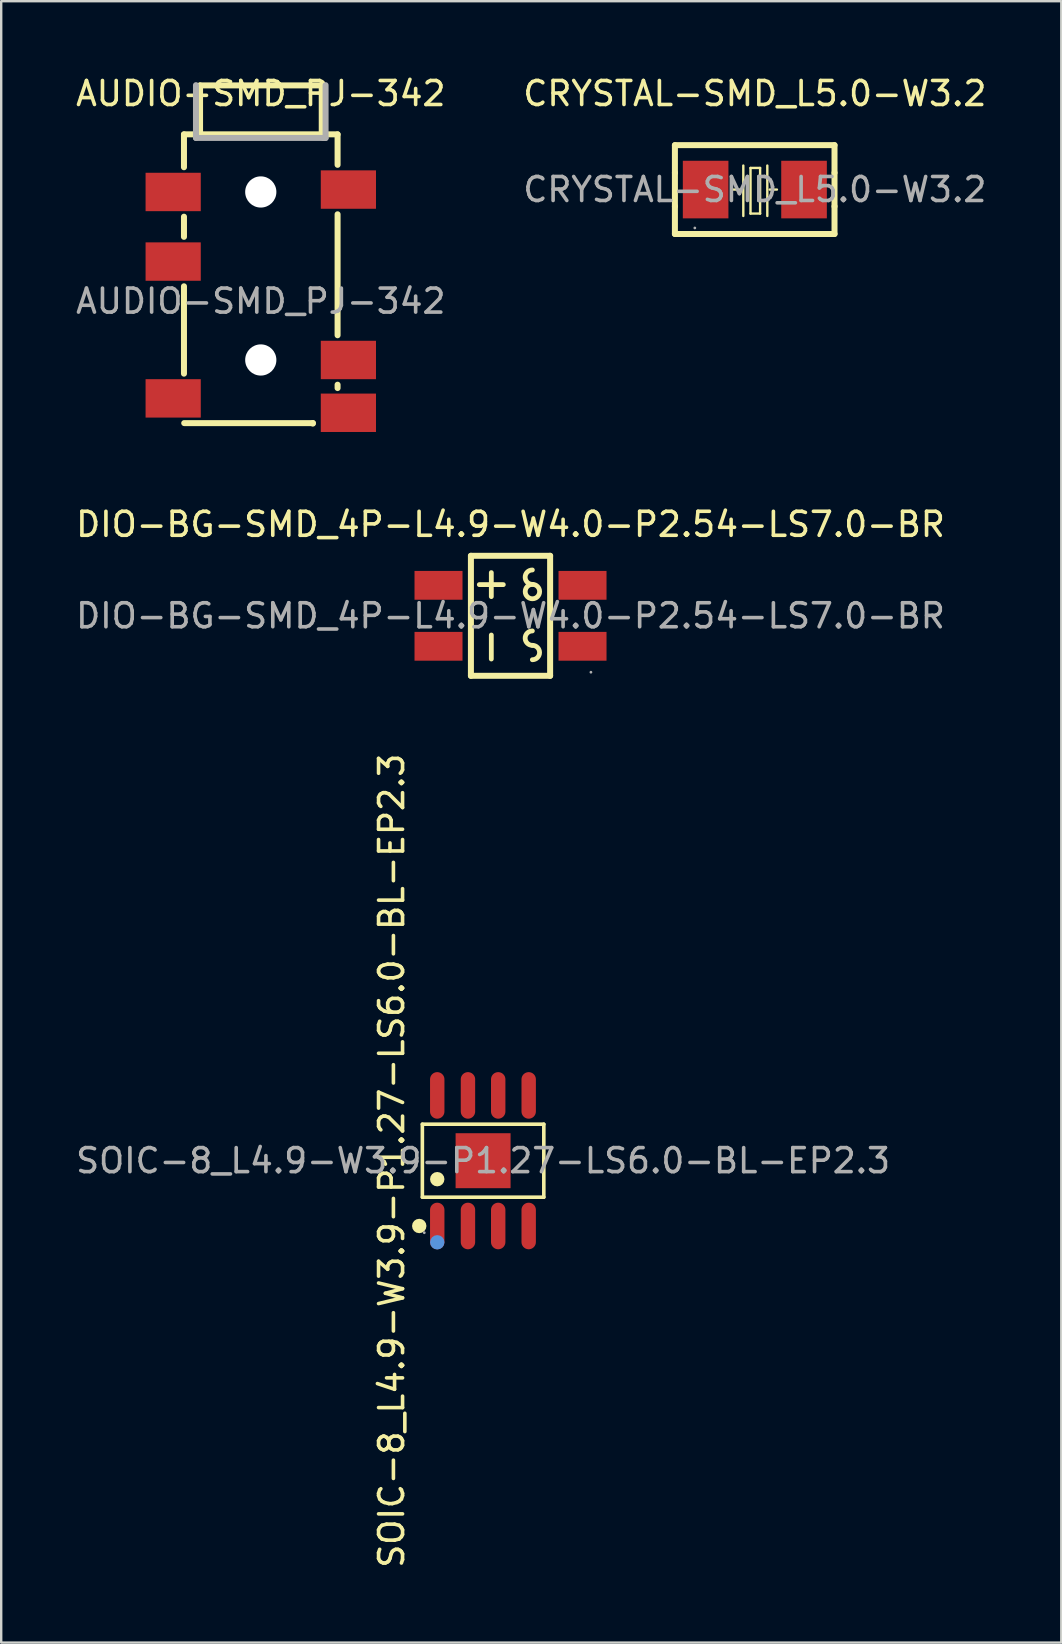
<source format=kicad_pcb>
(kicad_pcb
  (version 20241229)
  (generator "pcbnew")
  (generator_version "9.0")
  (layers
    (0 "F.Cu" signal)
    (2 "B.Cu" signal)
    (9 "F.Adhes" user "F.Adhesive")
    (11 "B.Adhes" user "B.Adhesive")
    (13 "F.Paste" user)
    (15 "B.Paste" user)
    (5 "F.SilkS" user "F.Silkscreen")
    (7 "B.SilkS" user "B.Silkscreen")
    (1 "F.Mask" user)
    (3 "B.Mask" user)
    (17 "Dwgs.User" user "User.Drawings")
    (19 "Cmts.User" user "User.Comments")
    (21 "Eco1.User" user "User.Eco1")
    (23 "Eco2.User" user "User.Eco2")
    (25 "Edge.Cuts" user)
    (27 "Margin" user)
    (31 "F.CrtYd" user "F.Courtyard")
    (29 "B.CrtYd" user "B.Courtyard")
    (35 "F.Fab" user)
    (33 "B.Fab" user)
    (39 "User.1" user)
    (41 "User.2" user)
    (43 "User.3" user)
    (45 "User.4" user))
  (footprint "SOIC-8_L4.9-W3.9-P1.27-LS6.0-BL-EP2.3"
    (layer "F.Cu")
    (at 17.077 45.309)
    (property "Reference" "SOIC-8_L4.9-W3.9-P1.27-LS6.0-BL-EP2.3" (at -3.81 0 90) (layer "F.SilkS") (effects (font (size 1 1) (thickness 0.15))))
    (attr smd)
    (fp_line (start -2.53 -1.52) (end 2.53 -1.52) (stroke (width 0.15) (type solid)) (layer "F.SilkS"))
    (fp_line (start -2.53 1.52) (end -2.53 -1.52) (stroke (width 0.15) (type solid)) (layer "F.SilkS"))
    (fp_line (start 2.53 -1.52) (end 2.53 1.52) (stroke (width 0.15) (type solid)) (layer "F.SilkS"))
    (fp_line (start 2.53 1.52) (end -2.53 1.52) (stroke (width 0.15) (type solid)) (layer "F.SilkS"))
    (fp_circle (center -2.66 2.72) (end -2.51 2.72) (stroke (width 0.3) (type solid)) (fill no) (layer "F.SilkS"))
    (fp_circle (center -1.91 0.77) (end -1.76 0.77) (stroke (width 0.3) (type solid)) (fill no) (layer "F.SilkS"))
    (fp_circle (center -1.91 3.4) (end -1.76 3.4) (stroke (width 0.3) (type solid)) (fill no) (layer "Cmts.User"))
    (fp_circle (center -2.45 3) (end -2.42 3) (stroke (width 0.06) (type solid)) (fill no) (layer "F.Fab"))
    (fp_text user "${REFERENCE}" (at 0 0 0) (layer "F.Fab") (effects (font (size 1 1) (thickness 0.15))))
    (pad "1" smd oval (at -1.91 2.72) (size 0.6 1.94) (layers "F.Cu" "F.Mask" "F.Paste"))
    (pad "2" smd oval (at -0.63 2.72) (size 0.6 1.94) (layers "F.Cu" "F.Mask" "F.Paste"))
    (pad "3" smd oval (at 0.63 2.72) (size 0.6 1.94) (layers "F.Cu" "F.Mask" "F.Paste"))
    (pad "4" smd oval (at 1.9 2.72) (size 0.6 1.94) (layers "F.Cu" "F.Mask" "F.Paste"))
    (pad "5" smd oval (at 1.9 -2.72) (size 0.6 1.94) (layers "F.Cu" "F.Mask" "F.Paste"))
    (pad "6" smd oval (at 0.63 -2.72) (size 0.6 1.94) (layers "F.Cu" "F.Mask" "F.Paste"))
    (pad "7" smd oval (at -0.63 -2.72) (size 0.6 1.94) (layers "F.Cu" "F.Mask" "F.Paste"))
    (pad "8" smd oval (at -1.91 -2.72) (size 0.6 1.94) (layers "F.Cu" "F.Mask" "F.Paste"))
    (pad "9" smd rect (at 0 0) (size 2.29 2.29) (layers "F.Cu" "F.Mask" "F.Paste")))
  (footprint "CRYSTAL-SMD_L5.0-W3.2"
    (layer "F.Cu")
    (at 28.399 4.848)
    (property "Reference" "CRYSTAL-SMD_L5.0-W3.2" (at 0 -4 0) (layer "F.SilkS") (effects (font (size 1 1) (thickness 0.15))))
    (attr smd)
    (fp_line (start -3.33 -1.85) (end 3.32 -1.85) (stroke (width 0.25) (type solid)) (layer "F.SilkS"))
    (fp_line (start -3.33 -0.7) (end -3.33 -1.85) (stroke (width 0.25) (type solid)) (layer "F.SilkS"))
    (fp_line (start -3.33 0.7) (end -3.33 -0.7) (stroke (width 0.25) (type solid)) (layer "F.SilkS"))
    (fp_line (start -3.33 1.85) (end -3.33 0.7) (stroke (width 0.25) (type solid)) (layer "F.SilkS"))
    (fp_line (start -0.94 0) (end -0.58 0) (stroke (width 0.1) (type solid)) (layer "F.SilkS"))
    (fp_line (start -0.48 -1) (end -0.48 1.1) (stroke (width 0.1) (type solid)) (layer "F.SilkS"))
    (fp_line (start -0.18 -0.9) (end -0.18 1) (stroke (width 0.1) (type solid)) (layer "F.SilkS"))
    (fp_line (start -0.18 1) (end 0.22 1) (stroke (width 0.1) (type solid)) (layer "F.SilkS"))
    (fp_line (start 0.22 -0.9) (end -0.18 -0.9) (stroke (width 0.1) (type solid)) (layer "F.SilkS"))
    (fp_line (start 0.22 1) (end 0.22 -0.9) (stroke (width 0.1) (type solid)) (layer "F.SilkS"))
    (fp_line (start 0.52 -1) (end 0.52 1.1) (stroke (width 0.1) (type solid)) (layer "F.SilkS"))
    (fp_line (start 0.62 0) (end 0.92 0) (stroke (width 0.1) (type solid)) (layer "F.SilkS"))
    (fp_line (start 3.32 -1.85) (end 3.32 -0.7) (stroke (width 0.25) (type solid)) (layer "F.SilkS"))
    (fp_line (start 3.32 -0.7) (end 3.32 0.7) (stroke (width 0.25) (type solid)) (layer "F.SilkS"))
    (fp_line (start 3.32 0.7) (end 3.32 1.85) (stroke (width 0.25) (type solid)) (layer "F.SilkS"))
    (fp_line (start 3.32 1.85) (end -3.33 1.85) (stroke (width 0.25) (type solid)) (layer "F.SilkS"))
    (fp_circle (center -2.5 1.6) (end -2.47 1.6) (stroke (width 0.06) (type solid)) (fill no) (layer "F.Fab"))
    (fp_text user "${REFERENCE}" (at 0 0 0) (layer "F.Fab") (effects (font (size 1 1) (thickness 0.15))))
    (pad "1" smd rect (at -2.05 0) (size 1.9 2.4) (layers "F.Cu" "F.Mask" "F.Paste"))
    (pad "2" smd rect (at 2.05 0) (size 1.9 2.4) (layers "F.Cu" "F.Mask" "F.Paste")))
  (footprint "AUDIO-SMD_PJ-342"
    (layer "F.Cu")
    (at 7.815 9.498)
    (property "Reference" "AUDIO-SMD_PJ-342" (at 0 -8.65 0) (layer "F.SilkS") (effects (font (size 1 1) (thickness 0.15))))
    (attr smd)
    (fp_line (start -3.2 -6.95) (end -3.2 -5.58) (stroke (width 0.25) (type solid)) (layer "F.SilkS"))
    (fp_line (start -3.2 -6.95) (end 3.2 -6.95) (stroke (width 0.25) (type solid)) (layer "F.SilkS"))
    (fp_line (start -3.2 -3.52) (end -3.2 -2.68) (stroke (width 0.25) (type solid)) (layer "F.SilkS"))
    (fp_line (start -3.2 -0.62) (end -3.2 3.02) (stroke (width 0.25) (type solid)) (layer "F.SilkS"))
    (fp_line (start -3.19 5.08) (end 2.17 5.08) (stroke (width 0.25) (type solid)) (layer "F.SilkS"))
    (fp_line (start -2.53 -8.99) (end -2.53 -7.05) (stroke (width 0.25) (type solid)) (layer "F.SilkS"))
    (fp_line (start -2.53 -7.05) (end -2.54 -6.97) (stroke (width 0.25) (type solid)) (layer "F.SilkS"))
    (fp_line (start 2.17 5.08) (end 2.17 5.1) (stroke (width 0.25) (type solid)) (layer "F.SilkS"))
    (fp_line (start 2.54 -8.99) (end -2.53 -8.99) (stroke (width 0.25) (type solid)) (layer "F.SilkS"))
    (fp_line (start 2.54 -6.95) (end 2.54 -8.99) (stroke (width 0.25) (type solid)) (layer "F.SilkS"))
    (fp_line (start 3.2 -6.95) (end 3.2 -5.68) (stroke (width 0.25) (type solid)) (layer "F.SilkS"))
    (fp_line (start 3.2 -3.62) (end 3.2 1.42) (stroke (width 0.25) (type solid)) (layer "F.SilkS"))
    (fp_line (start 3.2 3.48) (end 3.2 3.62) (stroke (width 0.25) (type solid)) (layer "F.SilkS"))
    (fp_circle (center 0 -4.55) (end 0.28 -4.55) (stroke (width 0.55) (type solid)) (fill no) (layer "Cmts.User"))
    (fp_circle (center 0 2.45) (end 0.28 2.45) (stroke (width 0.55) (type solid)) (fill no) (layer "Cmts.User"))
    (fp_line (start -2.7 -9) (end -2.7 -6.9) (stroke (width 0.25) (type solid)) (layer "F.Fab"))
    (fp_line (start -2.7 -6.9) (end -2.7 -6.8) (stroke (width 0.25) (type solid)) (layer "F.Fab"))
    (fp_line (start -2.7 -6.8) (end 2.6 -6.8) (stroke (width 0.25) (type solid)) (layer "F.Fab"))
    (fp_line (start 2.6 -6.8) (end 2.7 -6.8) (stroke (width 0.25) (type solid)) (layer "F.Fab"))
    (fp_line (start 2.7 -6.8) (end 2.7 -9) (stroke (width 0.25) (type solid)) (layer "F.Fab"))
    (fp_text user "${REFERENCE}" (at 0 0 0) (layer "F.Fab") (effects (font (size 1 1) (thickness 0.15))))
    (pad "" np_thru_hole circle (at 0 -4.55) (size 1.3 1.3) (drill 1.3) (layers "*.Cu" "*.Mask"))
    (pad "" np_thru_hole circle (at 0 2.45) (size 1.3 1.3) (drill 1.3) (layers "*.Cu" "*.Mask"))
    (pad "R1" smd rect (at -3.65 -1.65) (size 2.3 1.6) (layers "F.Cu" "F.Mask" "F.Paste"))
    (pad "R1N" smd rect (at -3.65 4.05 180) (size 2.3 1.6) (layers "F.Cu" "F.Mask" "F.Paste"))
    (pad "R2" smd rect (at 3.65 -4.65) (size 2.3 1.6) (layers "F.Cu" "F.Mask" "F.Paste"))
    (pad "S" smd rect (at -3.65 -4.55) (size 2.3 1.6) (layers "F.Cu" "F.Mask" "F.Paste"))
    (pad "T" smd rect (at 3.65 2.45) (size 2.3 1.6) (layers "F.Cu" "F.Mask" "F.Paste"))
    (pad "TN" smd rect (at 3.65 4.65 180) (size 2.3 1.6) (layers "F.Cu" "F.Mask" "F.Paste")))
  (footprint "DIO-BG-SMD_4P-L4.9-W4.0-P2.54-LS7.0-BR"
    (layer "F.Cu")
    (at 18.22 22.607)
    (property "Reference" "DIO-BG-SMD_4P-L4.9-W4.0-P2.54-LS7.0-BR" (at 0 -3.81 0) (layer "F.SilkS") (effects (font (size 1 1) (thickness 0.15))))
    (attr smd)
    (fp_line (start -1.65 -2.5) (end 1.65 -2.5) (stroke (width 0.25) (type solid)) (layer "F.SilkS"))
    (fp_line (start -1.65 2.5) (end -1.65 -2.5) (stroke (width 0.25) (type solid)) (layer "F.SilkS"))
    (fp_line (start -0.8 -0.8) (end -0.8 -1.8) (stroke (width 0.2) (type solid)) (layer "F.SilkS"))
    (fp_line (start -0.8 1.8) (end -0.8 0.8) (stroke (width 0.2) (type solid)) (layer "F.SilkS"))
    (fp_line (start -0.3 -1.3) (end -1.3 -1.3) (stroke (width 0.2) (type solid)) (layer "F.SilkS"))
    (fp_line (start 1.65 -2.5) (end 1.65 2.5) (stroke (width 0.25) (type solid)) (layer "F.SilkS"))
    (fp_line (start 1.65 2.5) (end -1.65 2.5) (stroke (width 0.25) (type solid)) (layer "F.SilkS"))
    (fp_arc (start 0.91 -1.31) (mid 0.61 -1.61) (end 0.91 -1.91) (stroke (width 0.2) (type solid)) (layer "F.SilkS"))
    (fp_arc (start 0.91 1.23) (mid 0.61 0.93) (end 0.91 0.63) (stroke (width 0.2) (type solid)) (layer "F.SilkS"))
    (fp_arc (start 0.91 1.23) (mid 1.21 1.53) (end 0.91 1.83) (stroke (width 0.2) (type solid)) (layer "F.SilkS"))
    (fp_arc (start 0.915236 -1.309954) (mid 0.907382 -0.710012) (end 0.91 -1.31) (stroke (width 0.2) (type solid)) (layer "F.SilkS"))
    (fp_circle (center 3.35 2.35) (end 3.38 2.35) (stroke (width 0.06) (type solid)) (fill no) (layer "F.Fab"))
    (fp_text user "${REFERENCE}" (at 0 0 0) (layer "F.Fab") (effects (font (size 1 1) (thickness 0.15))))
    (pad "1" smd rect (at -3 -1.27 90) (size 1.2 2) (layers "F.Cu" "F.Mask" "F.Paste"))
    (pad "2" smd rect (at 3 -1.27 90) (size 1.2 2) (layers "F.Cu" "F.Mask" "F.Paste"))
    (pad "3" smd rect (at -3 1.27 90) (size 1.2 2) (layers "F.Cu" "F.Mask" "F.Paste"))
    (pad "4" smd rect (at 3 1.27 90) (size 1.2 2) (layers "F.Cu" "F.Mask" "F.Paste")))
  (gr_rect
    (start -3 -3)
    (end 41.167 65.386)
    (stroke (width 0.1) (type default))
    (fill no)
    (layer "Edge.Cuts")))
</source>
